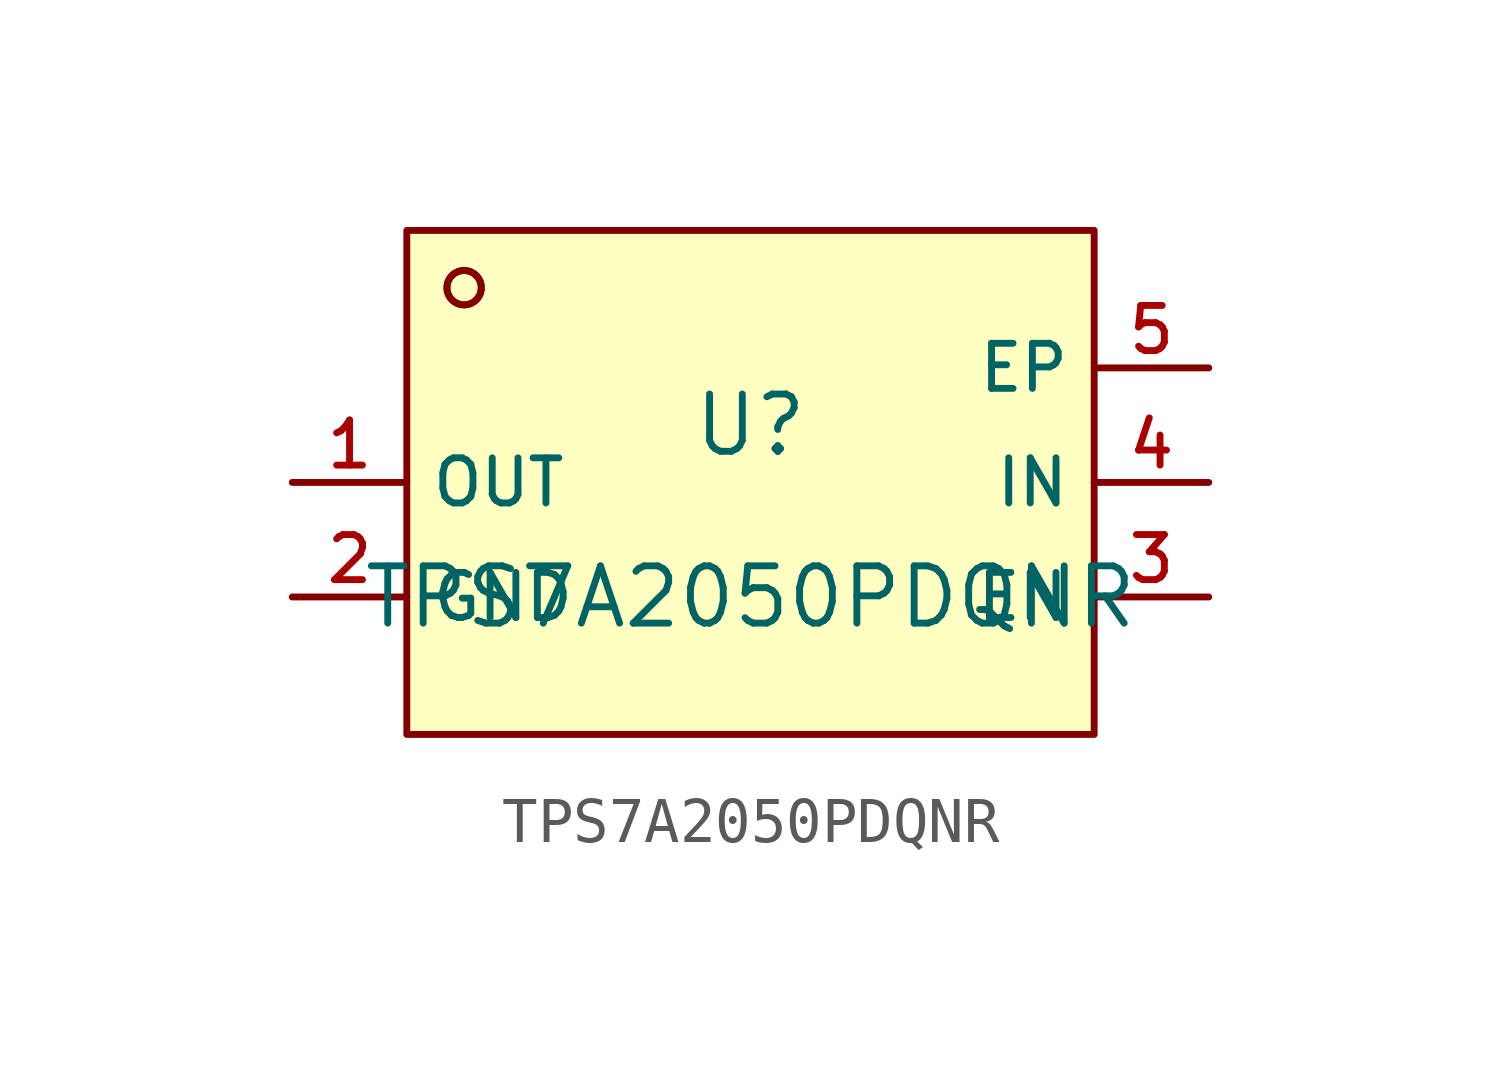
<source format=kicad_sym>
(kicad_symbol_lib
  (version 20210201)
  (generator TousstNicolas/JLC2KiCad_lib)
  (symbol "TPS7A2050PDQNR"
    (property "Reference" "U"
      (at 0 1.27 0)
      (effects (font (size 1.27 1.27))))
    (property "Value" "TPS7A2050PDQNR"
      (at 0 -2.54 0)
      (effects (font (size 1.27 1.27))))
    (symbol "TPS7A2050PDQNR_0_1"
      (circle (center -6.35 4.318) (radius 0.381) (stroke (width 0) (type default) (color 0 0 0 0)) (fill (type background)))
      (rectangle (start -7.62 5.588) (end 7.62 -5.588) (stroke (width 0) (type default) (color 0 0 0 0)) (fill (type background)))
      (circle (center -6.35 4.318) (radius 0.381) (stroke (width 0) (type default) (color 0 0 0 0)) (fill (type background)))
      (pin unspecified line (at -10.16 -0.0 0) (length 2.54) (name "OUT" (effects (font (size 1 1)))) (number "1" (effects (font (size 1 1)))))
      (pin unspecified line (at -10.16 -2.54 0) (length 2.54) (name "GND" (effects (font (size 1 1)))) (number "2" (effects (font (size 1 1)))))
      (pin unspecified line (at 10.16 -2.54 180) (length 2.54) (name "EN" (effects (font (size 1 1)))) (number "3" (effects (font (size 1 1)))))
      (pin unspecified line (at 10.16 -0.0 180) (length 2.54) (name "IN" (effects (font (size 1 1)))) (number "4" (effects (font (size 1 1)))))
      (pin unspecified line (at 10.16 2.54 180) (length 2.54) (name "EP" (effects (font (size 1 1)))) (number "5" (effects (font (size 1 1))))))))
</source>
